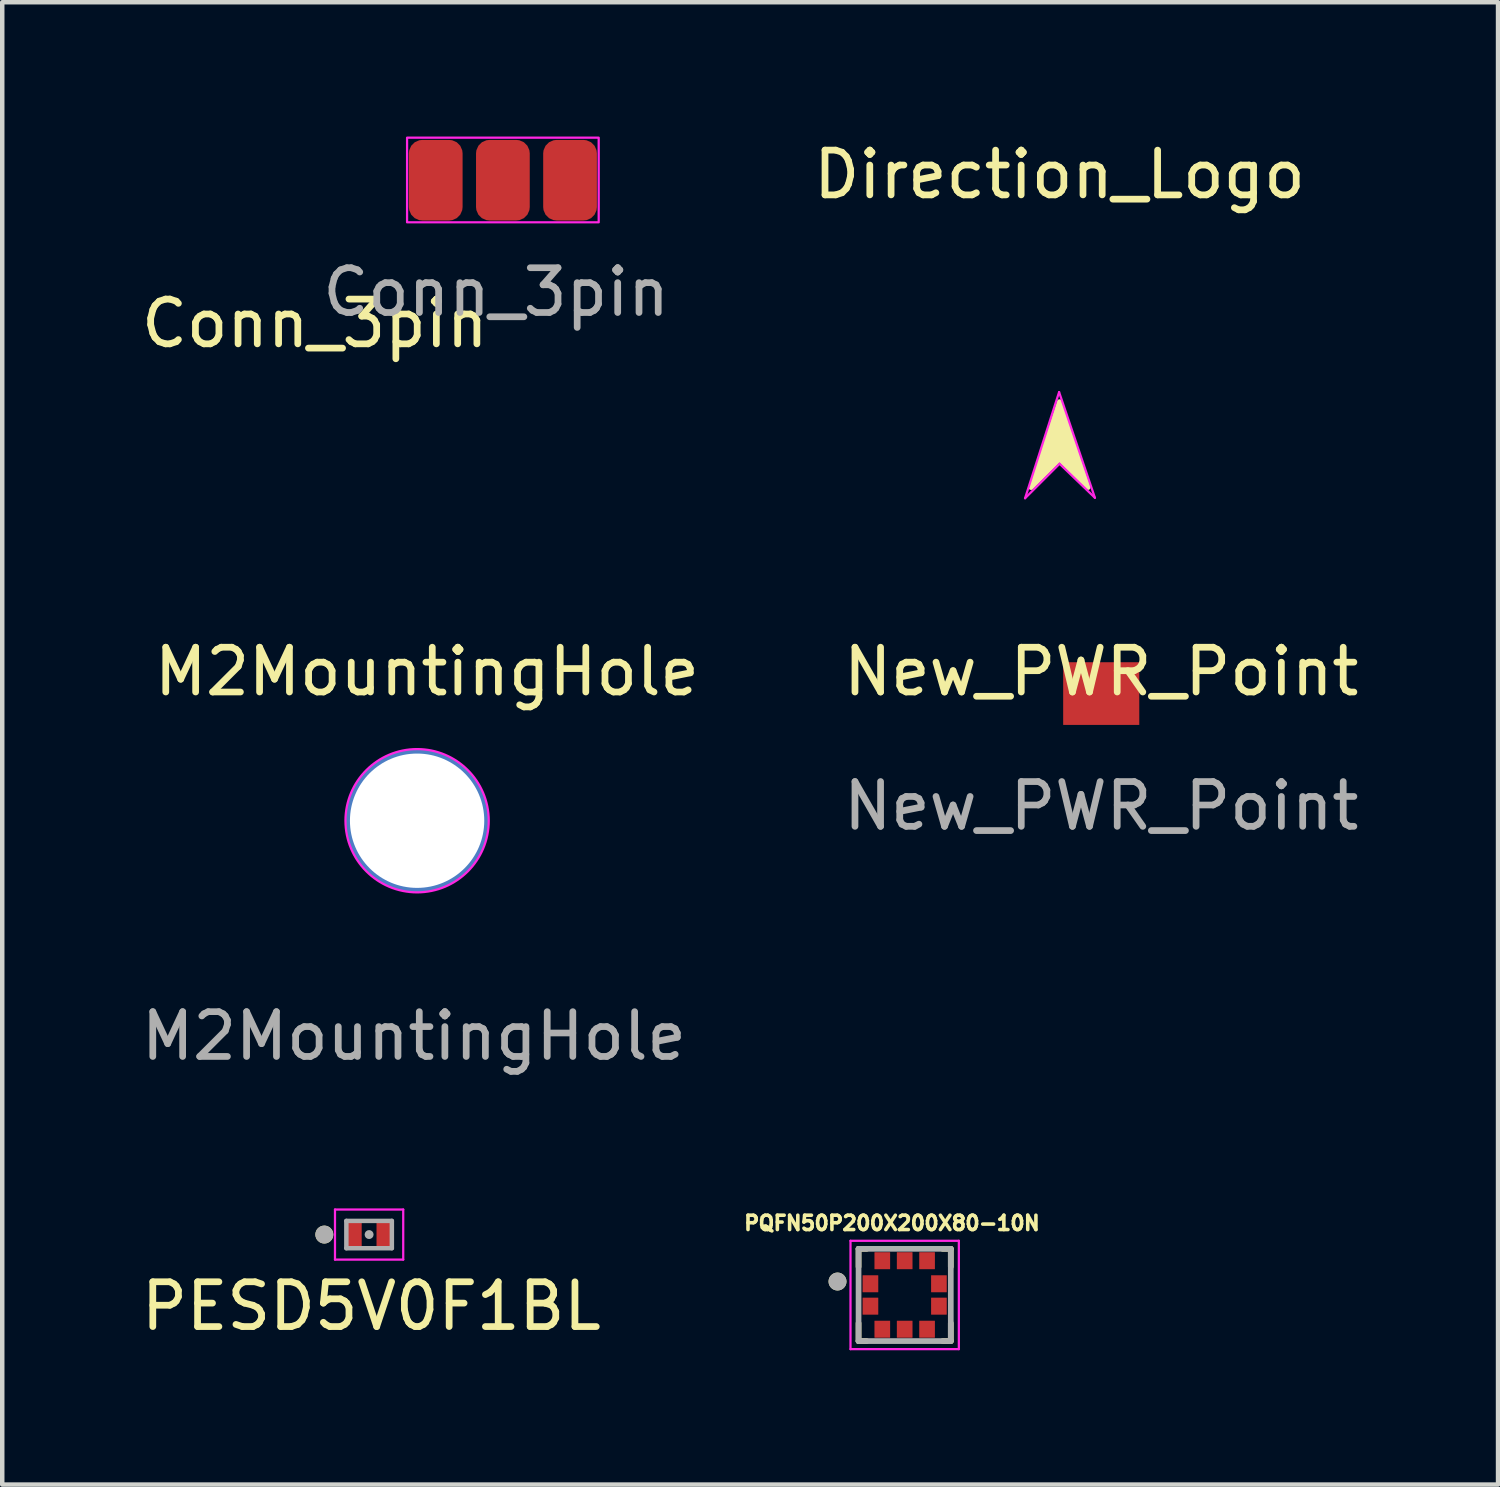
<source format=kicad_pcb>
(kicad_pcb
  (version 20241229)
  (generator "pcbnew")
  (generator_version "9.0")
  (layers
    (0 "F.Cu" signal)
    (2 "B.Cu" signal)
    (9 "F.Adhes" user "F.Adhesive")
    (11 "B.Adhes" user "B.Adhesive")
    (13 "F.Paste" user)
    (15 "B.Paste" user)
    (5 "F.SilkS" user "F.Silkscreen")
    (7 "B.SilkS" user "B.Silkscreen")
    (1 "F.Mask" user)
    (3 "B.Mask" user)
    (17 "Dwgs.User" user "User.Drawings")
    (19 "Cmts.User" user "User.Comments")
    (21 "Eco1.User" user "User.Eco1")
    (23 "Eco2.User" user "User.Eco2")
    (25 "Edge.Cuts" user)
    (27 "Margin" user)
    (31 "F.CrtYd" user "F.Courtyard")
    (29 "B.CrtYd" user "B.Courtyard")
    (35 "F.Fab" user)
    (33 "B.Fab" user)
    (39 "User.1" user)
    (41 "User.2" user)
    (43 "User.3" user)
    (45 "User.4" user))
  (footprint "PQFN50P200X200X80-10N"
    (layer "F.Cu")
    (at 17.156 25.873)
    (property "Reference" "PQFN50P200X200X80-10N" (at -0.284 -1.605 0) (layer "F.SilkS") (effects (font (size 0.32 0.32) (thickness 0.15))))
    (attr through_hole)
    (fp_line (start -1.03 -1.03) (end -0.85 -1.03) (stroke (width 0.127) (type solid)) (layer "F.SilkS"))
    (fp_line (start -1.03 -0.63) (end -1.03 -1.03) (stroke (width 0.127) (type solid)) (layer "F.SilkS"))
    (fp_line (start -1.03 1.03) (end -1.03 0.63) (stroke (width 0.127) (type solid)) (layer "F.SilkS"))
    (fp_line (start -0.85 1.03) (end -1.03 1.03) (stroke (width 0.127) (type solid)) (layer "F.SilkS"))
    (fp_line (start 0.85 -1.03) (end 1.03 -1.03) (stroke (width 0.127) (type solid)) (layer "F.SilkS"))
    (fp_line (start 0.85 1.03) (end 1.03 1.03) (stroke (width 0.127) (type solid)) (layer "F.SilkS"))
    (fp_line (start 1.03 -1.03) (end 1.03 -0.63) (stroke (width 0.127) (type solid)) (layer "F.SilkS"))
    (fp_line (start 1.03 1.03) (end 1.03 0.63) (stroke (width 0.127) (type solid)) (layer "F.SilkS"))
    (fp_circle (center -1.5 -0.3) (end -1.4 -0.3) (stroke (width 0.2) (type solid)) (fill no) (layer "F.SilkS"))
    (fp_line (start -1.21 -1.21) (end 1.21 -1.21) (stroke (width 0.05) (type solid)) (layer "F.CrtYd"))
    (fp_line (start -1.21 1.21) (end -1.21 -1.21) (stroke (width 0.05) (type solid)) (layer "F.CrtYd"))
    (fp_line (start 1.21 -1.21) (end 1.21 1.21) (stroke (width 0.05) (type solid)) (layer "F.CrtYd"))
    (fp_line (start 1.21 1.21) (end -1.21 1.21) (stroke (width 0.05) (type solid)) (layer "F.CrtYd"))
    (fp_line (start -1.03 -1.03) (end 1.03 -1.03) (stroke (width 0.127) (type solid)) (layer "F.Fab"))
    (fp_line (start -1.03 1.03) (end -1.03 -1.03) (stroke (width 0.127) (type solid)) (layer "F.Fab"))
    (fp_line (start 1.03 -1.03) (end 1.03 1.03) (stroke (width 0.127) (type solid)) (layer "F.Fab"))
    (fp_line (start 1.03 1.03) (end -1.03 1.03) (stroke (width 0.127) (type solid)) (layer "F.Fab"))
    (fp_circle (center -1.5 -0.3) (end -1.4 -0.3) (stroke (width 0.2) (type solid)) (fill no) (layer "F.Fab"))
    (pad "1" smd roundrect (at -0.765 -0.25 90) (size 0.38 0.35) (layers "F.Cu" "F.Mask" "F.Paste") (roundrect_rratio 0.02))
    (pad "2" smd roundrect (at -0.765 0.25 90) (size 0.38 0.35) (layers "F.Cu" "F.Mask" "F.Paste") (roundrect_rratio 0.02))
    (pad "3" smd roundrect (at -0.5 0.765 90) (size 0.38 0.35) (layers "F.Cu" "F.Mask" "F.Paste") (roundrect_rratio 0.02))
    (pad "4" smd roundrect (at 0 0.765 90) (size 0.38 0.35) (layers "F.Cu" "F.Mask" "F.Paste") (roundrect_rratio 0.02))
    (pad "5" smd roundrect (at 0.5 0.765 90) (size 0.38 0.35) (layers "F.Cu" "F.Mask" "F.Paste") (roundrect_rratio 0.02))
    (pad "6" smd roundrect (at 0.765 0.25 90) (size 0.38 0.35) (layers "F.Cu" "F.Mask" "F.Paste") (roundrect_rratio 0.02))
    (pad "7" smd roundrect (at 0.765 -0.25 90) (size 0.38 0.35) (layers "F.Cu" "F.Mask" "F.Paste") (roundrect_rratio 0.02))
    (pad "8" smd roundrect (at 0.5 -0.765 90) (size 0.38 0.35) (layers "F.Cu" "F.Mask" "F.Paste") (roundrect_rratio 0.02))
    (pad "9" smd roundrect (at 0 -0.765 90) (size 0.38 0.35) (layers "F.Cu" "F.Mask" "F.Paste") (roundrect_rratio 0.02))
    (pad "10" smd roundrect (at -0.5 -0.765 90) (size 0.38 0.35) (layers "F.Cu" "F.Mask" "F.Paste") (roundrect_rratio 0.02)))
  (footprint "Direction_Logo"
    (layer "F.Cu")
    (at 20.615 7.198)
    (property "Reference" "Direction_Logo" (at 0 -6.35 0) (unlocked yes) (layer "F.SilkS") (effects (font (size 1 1) (thickness 0.15))))
    (attr smd)
    (fp_poly (pts (xy 0.635 0.635) (xy 0 0) (xy -0.635 0.635) (xy 0 -1.27)) (stroke (width 0.12) (type solid)) (fill yes) (layer "F.SilkS"))
    (fp_line (start -0.77 0.88) (end -0.01 -1.49) (stroke (width 0.05) (type solid)) (layer "F.CrtYd"))
    (fp_line (start -0.01 -1.49) (end 0.79 0.87) (stroke (width 0.05) (type solid)) (layer "F.CrtYd"))
    (fp_line (start 0 0.11) (end -0.77 0.88) (stroke (width 0.05) (type solid)) (layer "F.CrtYd"))
    (fp_line (start 0.79 0.87) (end 0 0.11) (stroke (width 0.05) (type solid)) (layer "F.CrtYd")))
  (footprint "M2MountingHole"
    (layer "F.Cu")
    (at 6.266 15.281)
    (property "Reference" "M2MountingHole" (at 0.22 -3.33 0) (unlocked yes) (layer "F.SilkS") (effects (font (size 1 1) (thickness 0.15))))
    (fp_circle (center 0 0) (end 1.6 0) (stroke (width 0.05) (type solid)) (fill no) (layer "F.CrtYd"))
    (fp_text user "${REFERENCE}" (at -0.07 4.81 0) (unlocked yes) (layer "F.Fab") (effects (font (size 1 1) (thickness 0.15))))
    (pad "1" thru_hole circle (at 0 0) (size 3.2 3.2) (drill 3) (layers "*.Cu" "*.Mask")))
  (footprint "Conn_3pin"
    (layer "F.Cu")
    (at 8.032 0.975)
    (property "Reference" "Conn_3pin" (at -4.05 3.2 0) (unlocked yes) (layer "F.SilkS") (effects (font (size 1 1) (thickness 0.15))))
    (attr smd)
    (fp_rect (start -1.99 -0.95) (end 2.29 0.94) (stroke (width 0.05) (type solid)) (fill no) (layer "F.CrtYd"))
    (fp_text user "${REFERENCE}" (at 0 2.5 0) (unlocked yes) (layer "F.Fab") (effects (font (size 1 1) (thickness 0.15))))
    (pad "1" smd roundrect (at -1.35 0) (size 1.2 1.8) (layers "F.Cu" "F.Mask" "F.Paste") (roundrect_rratio 0.25))
    (pad "2" smd roundrect (at 0.15 0) (size 1.2 1.8) (layers "F.Cu" "F.Mask" "F.Paste") (roundrect_rratio 0.25))
    (pad "3" smd roundrect (at 1.65 0) (size 1.2 1.8) (layers "F.Cu" "F.Mask" "F.Paste") (roundrect_rratio 0.25)))
  (footprint "PESD5V0F1BL"
    (layer "F.Cu")
    (at 5.194 24.524)
    (property "Reference" "PESD5V0F1BL" (at 0.05 1.6 0) (layer "F.SilkS") (effects (font (size 1 1) (thickness 0.15))))
    (attr through_hole)
    (fp_circle (center -1 0) (end -0.9 0) (stroke (width 0.2) (type solid)) (fill no) (layer "F.SilkS"))
    (fp_line (start -0.762 -0.559) (end 0.762 -0.559) (stroke (width 0.05) (type solid)) (layer "F.CrtYd"))
    (fp_line (start -0.762 0.559) (end -0.762 -0.559) (stroke (width 0.05) (type solid)) (layer "F.CrtYd"))
    (fp_line (start 0.762 0.559) (end -0.762 0.559) (stroke (width 0.05) (type solid)) (layer "F.CrtYd"))
    (fp_line (start 0.762 0.559) (end 0.762 -0.559) (stroke (width 0.05) (type solid)) (layer "F.CrtYd"))
    (fp_line (start -0.508 -0.305) (end -0.508 0.305) (stroke (width 0.1) (type solid)) (layer "F.Fab"))
    (fp_line (start -0.508 0.305) (end 0.508 0.305) (stroke (width 0.1) (type solid)) (layer "F.Fab"))
    (fp_line (start 0.508 -0.305) (end -0.508 -0.305) (stroke (width 0.1) (type solid)) (layer "F.Fab"))
    (fp_line (start 0.508 0.305) (end 0.508 -0.305) (stroke (width 0.1) (type solid)) (layer "F.Fab"))
    (fp_circle (center -1 0) (end -0.9 0) (stroke (width 0.2) (type solid)) (fill no) (layer "F.Fab"))
    (fp_circle (center 0 0) (end 0 0) (stroke (width 0.1) (type solid)) (fill no) (layer "F.Fab"))
    (pad "1" smd rect (at -0.318 0) (size 0.305 0.559) (layers "F.Cu" "F.Mask" "F.Paste"))
    (pad "2" smd rect (at 0.318 0) (size 0.305 0.559) (layers "F.Cu" "F.Mask" "F.Paste")))
  (footprint "New_PWR_Point"
    (layer "F.Cu")
    (at 21.546 12.451)
    (property "Reference" "New_PWR_Point" (at 0 -0.5 0) (unlocked yes) (layer "F.SilkS") (effects (font (size 1 1) (thickness 0.15))))
    (attr smd)
    (fp_text user "${REFERENCE}" (at 0 2.5 0) (unlocked yes) (layer "F.Fab") (effects (font (size 1 1) (thickness 0.15))))
    (pad "1" smd custom (at 0 -0.01) (size 1.7 1.4) (layers "F.Cu" "F.Mask" "F.Paste") (options (anchor rect)) (primitives (gr_circle (center 0 0.01) (end 0.3 0.01) (width 0.2) (fill no)))))
  (gr_rect
    (start -3 -3)
    (end 30.409 30.108)
    (stroke (width 0.1) (type default))
    (fill no)
    (layer "Edge.Cuts")))
</source>
